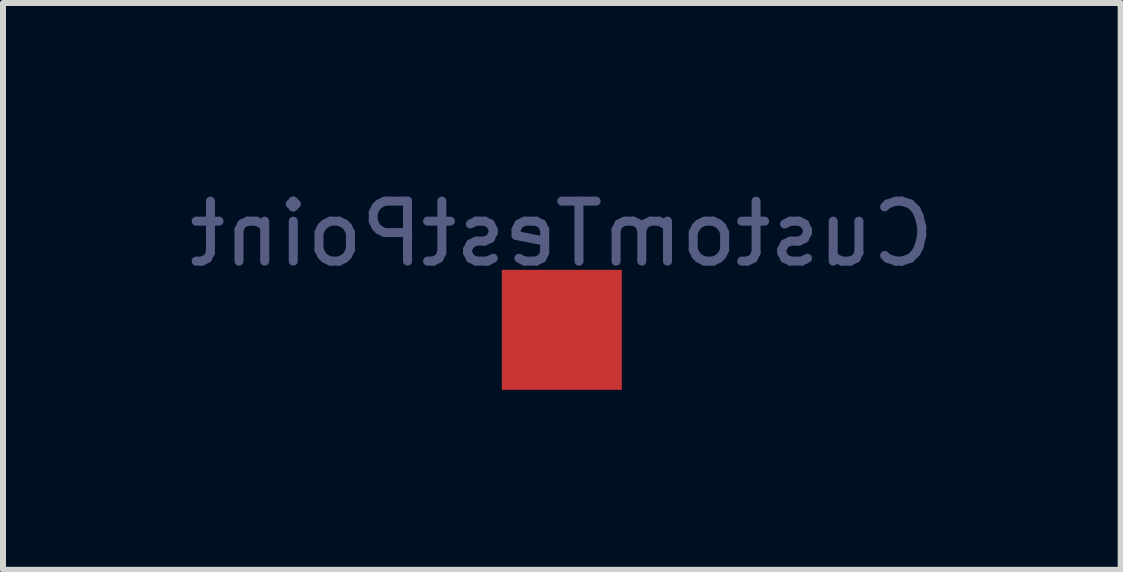
<source format=kicad_pcb>
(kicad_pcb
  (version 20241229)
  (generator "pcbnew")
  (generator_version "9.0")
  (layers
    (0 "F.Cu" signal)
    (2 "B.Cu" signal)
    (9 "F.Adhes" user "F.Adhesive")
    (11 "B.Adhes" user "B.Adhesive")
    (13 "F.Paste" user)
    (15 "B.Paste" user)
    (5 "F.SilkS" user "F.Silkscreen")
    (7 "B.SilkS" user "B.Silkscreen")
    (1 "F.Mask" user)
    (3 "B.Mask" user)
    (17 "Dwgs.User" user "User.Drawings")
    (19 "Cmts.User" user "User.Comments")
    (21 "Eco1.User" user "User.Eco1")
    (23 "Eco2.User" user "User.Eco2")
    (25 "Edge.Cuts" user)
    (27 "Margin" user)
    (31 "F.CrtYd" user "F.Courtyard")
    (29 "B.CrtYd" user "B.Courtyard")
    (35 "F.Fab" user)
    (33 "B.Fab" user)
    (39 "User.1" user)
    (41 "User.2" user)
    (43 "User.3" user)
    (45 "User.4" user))
  (footprint "CustomTestPoint"
    (layer "F.Cu")
    (at 6.315 2.448)
    (property "Reference" "CustomTestPoint" (at 0 -1.6 0) (layer "B.Fab") (effects (font (size 1 1) (thickness 0.15)) (justify mirror)))
    (attr exclude_from_pos_files exclude_from_bom)
    (pad "1" smd rect (at 0 0) (size 2 2) (layers "F.Cu" "F.Mask")))
  (gr_rect
    (start -3 -3)
    (end 15.631 6.448)
    (stroke (width 0.1) (type default))
    (fill no)
    (layer "Edge.Cuts")))
</source>
